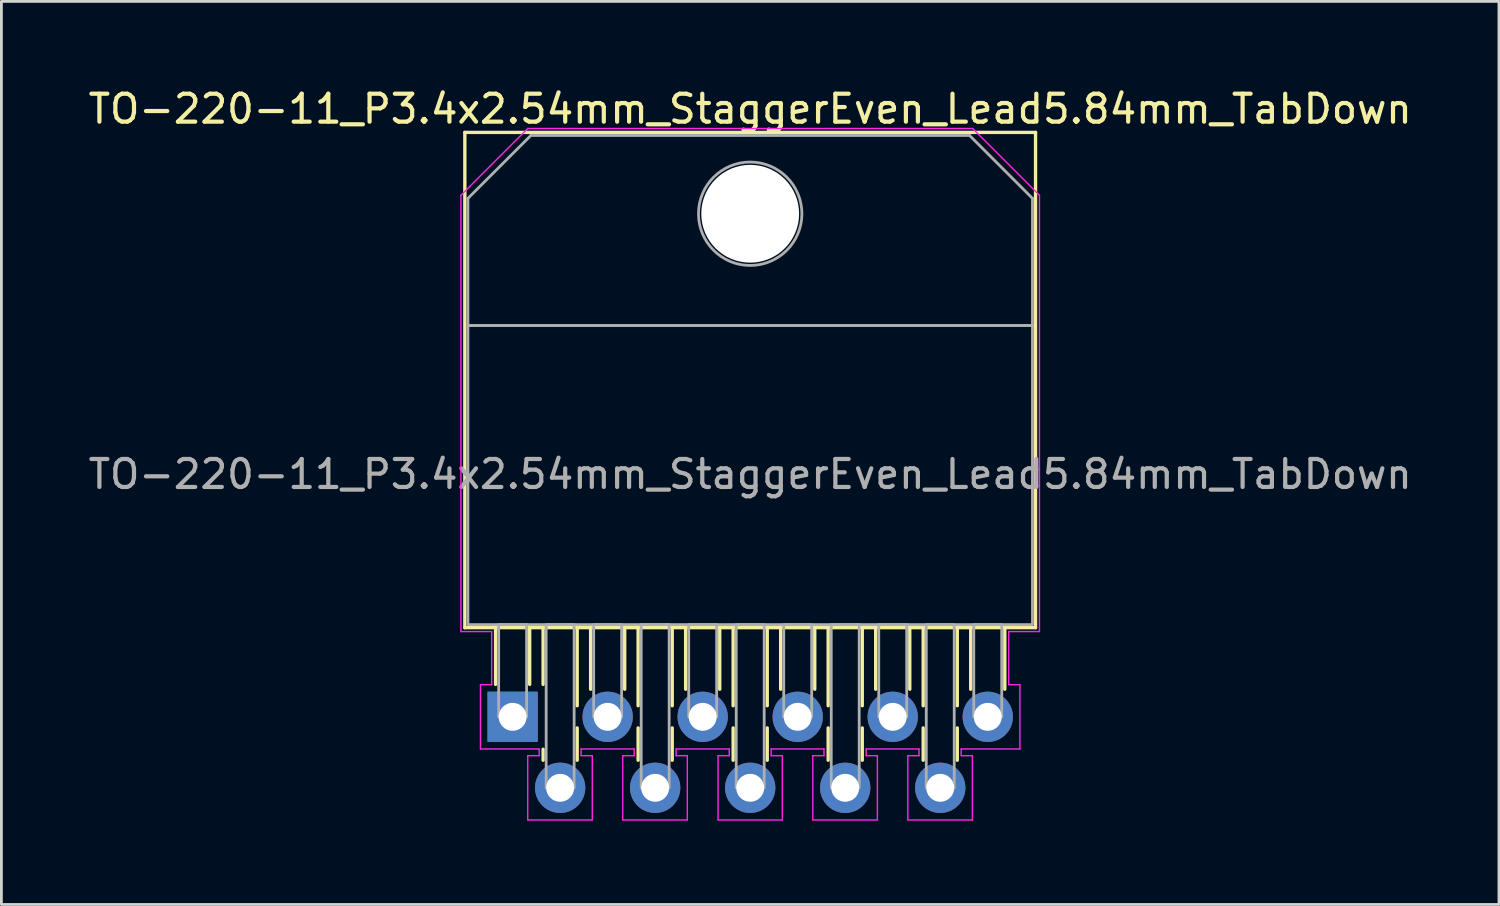
<source format=kicad_pcb>
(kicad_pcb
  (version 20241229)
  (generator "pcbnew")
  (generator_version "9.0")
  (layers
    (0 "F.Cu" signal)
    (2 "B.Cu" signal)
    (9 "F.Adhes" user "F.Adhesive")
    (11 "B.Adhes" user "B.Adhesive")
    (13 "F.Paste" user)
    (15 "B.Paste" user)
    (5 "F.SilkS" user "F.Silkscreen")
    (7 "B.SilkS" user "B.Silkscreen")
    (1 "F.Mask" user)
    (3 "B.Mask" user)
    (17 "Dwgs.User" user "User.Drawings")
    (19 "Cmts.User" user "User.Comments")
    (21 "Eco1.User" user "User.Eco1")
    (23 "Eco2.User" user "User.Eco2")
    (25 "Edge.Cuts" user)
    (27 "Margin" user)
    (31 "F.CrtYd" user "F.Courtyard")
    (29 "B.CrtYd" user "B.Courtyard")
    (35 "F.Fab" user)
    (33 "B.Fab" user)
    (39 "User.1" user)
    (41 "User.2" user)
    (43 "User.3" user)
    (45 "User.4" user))
  (footprint "TO-220-11_P3.4x2.54mm_StaggerEven_Lead5.84mm_TabDown"
    (layer "F.Cu")
    (at 15.292 22.598)
    (property "Reference" "TO-220-11_P3.4x2.54mm_StaggerEven_Lead5.84mm_TabDown" (at 8.5 -21.75 0) (layer "F.SilkS") (effects (font (size 1 1) (thickness 0.15))))
    (attr through_hole)
    (fp_line (start -1.71 -20.91) (end 18.71 -20.91) (stroke (width 0.12) (type solid)) (layer "F.SilkS"))
    (fp_line (start -1.71 -3.19) (end -1.71 -20.91) (stroke (width 0.12) (type solid)) (layer "F.SilkS"))
    (fp_line (start -1.71 -3.19) (end 18.71 -3.19) (stroke (width 0.12) (type solid)) (layer "F.SilkS"))
    (fp_line (start -0.61 -3.19) (end -0.61 -1.16) (stroke (width 0.12) (type solid)) (layer "F.SilkS"))
    (fp_line (start 0.61 -3.19) (end 0.61 -1.16) (stroke (width 0.12) (type solid)) (layer "F.SilkS"))
    (fp_line (start 1.09 -3.19) (end 1.09 -1.16) (stroke (width 0.12) (type solid)) (layer "F.SilkS"))
    (fp_line (start 1.09 1.16) (end 1.09 1.553) (stroke (width 0.12) (type solid)) (layer "F.SilkS"))
    (fp_line (start 2.31 -3.19) (end 2.31 -0.397) (stroke (width 0.12) (type solid)) (layer "F.SilkS"))
    (fp_line (start 2.31 0.397) (end 2.31 1.553) (stroke (width 0.12) (type solid)) (layer "F.SilkS"))
    (fp_line (start 2.79 -3.19) (end 2.79 -0.987) (stroke (width 0.12) (type solid)) (layer "F.SilkS"))
    (fp_line (start 4.01 -3.19) (end 4.01 -0.987) (stroke (width 0.12) (type solid)) (layer "F.SilkS"))
    (fp_line (start 4.49 -3.19) (end 4.49 -0.397) (stroke (width 0.12) (type solid)) (layer "F.SilkS"))
    (fp_line (start 4.49 0.397) (end 4.49 1.553) (stroke (width 0.12) (type solid)) (layer "F.SilkS"))
    (fp_line (start 5.71 -3.19) (end 5.71 -0.397) (stroke (width 0.12) (type solid)) (layer "F.SilkS"))
    (fp_line (start 5.71 0.397) (end 5.71 1.553) (stroke (width 0.12) (type solid)) (layer "F.SilkS"))
    (fp_line (start 6.19 -3.19) (end 6.19 -0.987) (stroke (width 0.12) (type solid)) (layer "F.SilkS"))
    (fp_line (start 7.41 -3.19) (end 7.41 -0.987) (stroke (width 0.12) (type solid)) (layer "F.SilkS"))
    (fp_line (start 7.89 -3.19) (end 7.89 -0.397) (stroke (width 0.12) (type solid)) (layer "F.SilkS"))
    (fp_line (start 7.89 0.397) (end 7.89 1.553) (stroke (width 0.12) (type solid)) (layer "F.SilkS"))
    (fp_line (start 9.11 -3.19) (end 9.11 -0.397) (stroke (width 0.12) (type solid)) (layer "F.SilkS"))
    (fp_line (start 9.11 0.397) (end 9.11 1.553) (stroke (width 0.12) (type solid)) (layer "F.SilkS"))
    (fp_line (start 9.59 -3.19) (end 9.59 -0.987) (stroke (width 0.12) (type solid)) (layer "F.SilkS"))
    (fp_line (start 10.81 -3.19) (end 10.81 -0.987) (stroke (width 0.12) (type solid)) (layer "F.SilkS"))
    (fp_line (start 11.29 -3.19) (end 11.29 -0.397) (stroke (width 0.12) (type solid)) (layer "F.SilkS"))
    (fp_line (start 11.29 0.397) (end 11.29 1.553) (stroke (width 0.12) (type solid)) (layer "F.SilkS"))
    (fp_line (start 12.51 -3.19) (end 12.51 -0.397) (stroke (width 0.12) (type solid)) (layer "F.SilkS"))
    (fp_line (start 12.51 0.397) (end 12.51 1.553) (stroke (width 0.12) (type solid)) (layer "F.SilkS"))
    (fp_line (start 12.99 -3.19) (end 12.99 -0.987) (stroke (width 0.12) (type solid)) (layer "F.SilkS"))
    (fp_line (start 14.21 -3.19) (end 14.21 -0.987) (stroke (width 0.12) (type solid)) (layer "F.SilkS"))
    (fp_line (start 14.69 -3.19) (end 14.69 -0.397) (stroke (width 0.12) (type solid)) (layer "F.SilkS"))
    (fp_line (start 14.69 0.397) (end 14.69 1.553) (stroke (width 0.12) (type solid)) (layer "F.SilkS"))
    (fp_line (start 15.91 -3.19) (end 15.91 -0.397) (stroke (width 0.12) (type solid)) (layer "F.SilkS"))
    (fp_line (start 15.91 0.397) (end 15.91 1.553) (stroke (width 0.12) (type solid)) (layer "F.SilkS"))
    (fp_line (start 16.39 -3.19) (end 16.39 -0.987) (stroke (width 0.12) (type solid)) (layer "F.SilkS"))
    (fp_line (start 17.61 -3.19) (end 17.61 -0.987) (stroke (width 0.12) (type solid)) (layer "F.SilkS"))
    (fp_line (start 18.71 -3.19) (end 18.71 -20.91) (stroke (width 0.12) (type solid)) (layer "F.SilkS"))
    (fp_line (start -1.85 -18.66) (end 0.54 -21.05) (stroke (width 0.05) (type solid)) (layer "F.CrtYd"))
    (fp_line (start -1.85 -3.05) (end -1.85 -18.66) (stroke (width 0.05) (type solid)) (layer "F.CrtYd"))
    (fp_line (start -1.15 -1.15) (end -0.75 -1.15) (stroke (width 0.05) (type solid)) (layer "F.CrtYd"))
    (fp_line (start -1.15 1.15) (end -1.15 -1.15) (stroke (width 0.05) (type solid)) (layer "F.CrtYd"))
    (fp_line (start -0.75 -3.05) (end -1.85 -3.05) (stroke (width 0.05) (type solid)) (layer "F.CrtYd"))
    (fp_line (start -0.75 -1.15) (end -0.75 -3.05) (stroke (width 0.05) (type solid)) (layer "F.CrtYd"))
    (fp_line (start 0.54 -21.05) (end 16.46 -21.05) (stroke (width 0.05) (type solid)) (layer "F.CrtYd"))
    (fp_line (start 0.54 1.39) (end 0.95 1.39) (stroke (width 0.05) (type solid)) (layer "F.CrtYd"))
    (fp_line (start 0.54 3.69) (end 0.54 1.39) (stroke (width 0.05) (type solid)) (layer "F.CrtYd"))
    (fp_line (start 0.95 1.15) (end -1.15 1.15) (stroke (width 0.05) (type solid)) (layer "F.CrtYd"))
    (fp_line (start 0.95 1.39) (end 0.95 1.15) (stroke (width 0.05) (type solid)) (layer "F.CrtYd"))
    (fp_line (start 2.45 1.15) (end 2.45 1.39) (stroke (width 0.05) (type solid)) (layer "F.CrtYd"))
    (fp_line (start 2.45 1.39) (end 2.85 1.39) (stroke (width 0.05) (type solid)) (layer "F.CrtYd"))
    (fp_line (start 2.85 1.39) (end 2.85 3.69) (stroke (width 0.05) (type solid)) (layer "F.CrtYd"))
    (fp_line (start 2.85 3.69) (end 0.54 3.69) (stroke (width 0.05) (type solid)) (layer "F.CrtYd"))
    (fp_line (start 3.94 1.39) (end 4.35 1.39) (stroke (width 0.05) (type solid)) (layer "F.CrtYd"))
    (fp_line (start 3.94 3.69) (end 3.94 1.39) (stroke (width 0.05) (type solid)) (layer "F.CrtYd"))
    (fp_line (start 4.35 1.15) (end 2.45 1.15) (stroke (width 0.05) (type solid)) (layer "F.CrtYd"))
    (fp_line (start 4.35 1.39) (end 4.35 1.15) (stroke (width 0.05) (type solid)) (layer "F.CrtYd"))
    (fp_line (start 5.85 1.15) (end 5.85 1.39) (stroke (width 0.05) (type solid)) (layer "F.CrtYd"))
    (fp_line (start 5.85 1.39) (end 6.25 1.39) (stroke (width 0.05) (type solid)) (layer "F.CrtYd"))
    (fp_line (start 6.25 1.39) (end 6.25 3.69) (stroke (width 0.05) (type solid)) (layer "F.CrtYd"))
    (fp_line (start 6.25 3.69) (end 3.94 3.69) (stroke (width 0.05) (type solid)) (layer "F.CrtYd"))
    (fp_line (start 7.35 1.39) (end 7.75 1.39) (stroke (width 0.05) (type solid)) (layer "F.CrtYd"))
    (fp_line (start 7.35 3.69) (end 7.35 1.39) (stroke (width 0.05) (type solid)) (layer "F.CrtYd"))
    (fp_line (start 7.75 1.15) (end 5.85 1.15) (stroke (width 0.05) (type solid)) (layer "F.CrtYd"))
    (fp_line (start 7.75 1.39) (end 7.75 1.15) (stroke (width 0.05) (type solid)) (layer "F.CrtYd"))
    (fp_line (start 9.25 1.15) (end 9.25 1.39) (stroke (width 0.05) (type solid)) (layer "F.CrtYd"))
    (fp_line (start 9.25 1.39) (end 9.65 1.39) (stroke (width 0.05) (type solid)) (layer "F.CrtYd"))
    (fp_line (start 9.65 1.39) (end 9.65 3.69) (stroke (width 0.05) (type solid)) (layer "F.CrtYd"))
    (fp_line (start 9.65 3.69) (end 7.35 3.69) (stroke (width 0.05) (type solid)) (layer "F.CrtYd"))
    (fp_line (start 10.74 1.39) (end 11.14 1.39) (stroke (width 0.05) (type solid)) (layer "F.CrtYd"))
    (fp_line (start 10.74 3.69) (end 10.74 1.39) (stroke (width 0.05) (type solid)) (layer "F.CrtYd"))
    (fp_line (start 11.14 1.15) (end 9.25 1.15) (stroke (width 0.05) (type solid)) (layer "F.CrtYd"))
    (fp_line (start 11.14 1.39) (end 11.14 1.15) (stroke (width 0.05) (type solid)) (layer "F.CrtYd"))
    (fp_line (start 12.65 1.15) (end 12.65 1.39) (stroke (width 0.05) (type solid)) (layer "F.CrtYd"))
    (fp_line (start 12.65 1.39) (end 13.05 1.39) (stroke (width 0.05) (type solid)) (layer "F.CrtYd"))
    (fp_line (start 13.05 1.39) (end 13.05 3.69) (stroke (width 0.05) (type solid)) (layer "F.CrtYd"))
    (fp_line (start 13.05 3.69) (end 10.74 3.69) (stroke (width 0.05) (type solid)) (layer "F.CrtYd"))
    (fp_line (start 14.14 1.39) (end 14.54 1.39) (stroke (width 0.05) (type solid)) (layer "F.CrtYd"))
    (fp_line (start 14.14 3.69) (end 14.14 1.39) (stroke (width 0.05) (type solid)) (layer "F.CrtYd"))
    (fp_line (start 14.54 1.15) (end 12.65 1.15) (stroke (width 0.05) (type solid)) (layer "F.CrtYd"))
    (fp_line (start 14.54 1.39) (end 14.54 1.15) (stroke (width 0.05) (type solid)) (layer "F.CrtYd"))
    (fp_line (start 16.05 1.15) (end 16.05 1.39) (stroke (width 0.05) (type solid)) (layer "F.CrtYd"))
    (fp_line (start 16.05 1.39) (end 16.45 1.39) (stroke (width 0.05) (type solid)) (layer "F.CrtYd"))
    (fp_line (start 16.45 1.39) (end 16.45 3.69) (stroke (width 0.05) (type solid)) (layer "F.CrtYd"))
    (fp_line (start 16.45 3.69) (end 14.14 3.69) (stroke (width 0.05) (type solid)) (layer "F.CrtYd"))
    (fp_line (start 16.46 -21.05) (end 18.85 -18.66) (stroke (width 0.05) (type solid)) (layer "F.CrtYd"))
    (fp_line (start 17.75 -3.05) (end 17.75 -1.15) (stroke (width 0.05) (type solid)) (layer "F.CrtYd"))
    (fp_line (start 17.75 -1.15) (end 18.15 -1.15) (stroke (width 0.05) (type solid)) (layer "F.CrtYd"))
    (fp_line (start 18.15 -1.15) (end 18.15 1.15) (stroke (width 0.05) (type solid)) (layer "F.CrtYd"))
    (fp_line (start 18.15 1.15) (end 16.05 1.15) (stroke (width 0.05) (type solid)) (layer "F.CrtYd"))
    (fp_line (start 18.85 -18.66) (end 18.85 -3.05) (stroke (width 0.05) (type solid)) (layer "F.CrtYd"))
    (fp_line (start 18.85 -3.05) (end 17.75 -3.05) (stroke (width 0.05) (type solid)) (layer "F.CrtYd"))
    (fp_line (start -1.6 -18.55) (end 0.65 -20.8) (stroke (width 0.1) (type solid)) (layer "F.Fab"))
    (fp_line (start -1.6 -14) (end -1.6 -18.55) (stroke (width 0.1) (type solid)) (layer "F.Fab"))
    (fp_line (start 0.65 -20.8) (end 16.35 -20.8) (stroke (width 0.1) (type solid)) (layer "F.Fab"))
    (fp_line (start 16.35 -20.8) (end 18.6 -18.55) (stroke (width 0.1) (type solid)) (layer "F.Fab"))
    (fp_line (start 18.6 -18.55) (end 18.6 -14) (stroke (width 0.1) (type solid)) (layer "F.Fab"))
    (fp_line (start 18.6 -14) (end -1.6 -14) (stroke (width 0.1) (type solid)) (layer "F.Fab"))
    (fp_rect (start -1.6 -14) (end 18.6 -3.3) (stroke (width 0.1) (type solid)) (fill no) (layer "F.Fab"))
    (fp_rect (start -0.5 -3.3) (end 0.5 0) (stroke (width 0.1) (type solid)) (fill no) (layer "F.Fab"))
    (fp_rect (start 1.2 -3.3) (end 2.2 2.54) (stroke (width 0.1) (type solid)) (fill no) (layer "F.Fab"))
    (fp_rect (start 2.9 -3.3) (end 3.9 0) (stroke (width 0.1) (type solid)) (fill no) (layer "F.Fab"))
    (fp_rect (start 4.6 -3.3) (end 5.6 2.54) (stroke (width 0.1) (type solid)) (fill no) (layer "F.Fab"))
    (fp_rect (start 6.3 -3.3) (end 7.3 0) (stroke (width 0.1) (type solid)) (fill no) (layer "F.Fab"))
    (fp_rect (start 8 -3.3) (end 9 2.54) (stroke (width 0.1) (type solid)) (fill no) (layer "F.Fab"))
    (fp_rect (start 9.7 -3.3) (end 10.7 0) (stroke (width 0.1) (type solid)) (fill no) (layer "F.Fab"))
    (fp_rect (start 11.4 -3.3) (end 12.4 2.54) (stroke (width 0.1) (type solid)) (fill no) (layer "F.Fab"))
    (fp_rect (start 13.1 -3.3) (end 14.1 0) (stroke (width 0.1) (type solid)) (fill no) (layer "F.Fab"))
    (fp_rect (start 14.8 -3.3) (end 15.8 2.54) (stroke (width 0.1) (type solid)) (fill no) (layer "F.Fab"))
    (fp_rect (start 16.5 -3.3) (end 17.5 0) (stroke (width 0.1) (type solid)) (fill no) (layer "F.Fab"))
    (fp_circle (center 8.5 -18) (end 10.35 -18) (stroke (width 0.1) (type solid)) (fill no) (layer "F.Fab"))
    (fp_text user "${REFERENCE}" (at 8.5 -8.68 0) (layer "F.Fab") (effects (font (size 1 1) (thickness 0.15))))
    (pad "" np_thru_hole circle (at 8.5 -18) (size 3.5 3.5) (drill 3.5) (layers "*.Cu" "*.Mask"))
    (pad "1" thru_hole rect (at 0 0) (size 1.8 1.8) (drill 1) (layers "*.Cu" "*.Mask"))
    (pad "2" thru_hole circle (at 1.7 2.54) (size 1.8 1.8) (drill 1) (layers "*.Cu" "*.Mask"))
    (pad "3" thru_hole circle (at 3.4 0) (size 1.8 1.8) (drill 1) (layers "*.Cu" "*.Mask"))
    (pad "4" thru_hole circle (at 5.1 2.54) (size 1.8 1.8) (drill 1) (layers "*.Cu" "*.Mask"))
    (pad "5" thru_hole circle (at 6.8 0) (size 1.8 1.8) (drill 1) (layers "*.Cu" "*.Mask"))
    (pad "6" thru_hole circle (at 8.5 2.54) (size 1.8 1.8) (drill 1) (layers "*.Cu" "*.Mask"))
    (pad "7" thru_hole circle (at 10.2 0) (size 1.8 1.8) (drill 1) (layers "*.Cu" "*.Mask"))
    (pad "8" thru_hole circle (at 11.9 2.54) (size 1.8 1.8) (drill 1) (layers "*.Cu" "*.Mask"))
    (pad "9" thru_hole circle (at 13.6 0) (size 1.8 1.8) (drill 1) (layers "*.Cu" "*.Mask"))
    (pad "10" thru_hole circle (at 15.3 2.54) (size 1.8 1.8) (drill 1) (layers "*.Cu" "*.Mask"))
    (pad "11" thru_hole circle (at 17 0) (size 1.8 1.8) (drill 1) (layers "*.Cu" "*.Mask")))
  (gr_rect
    (start -3 -3)
    (end 50.583 29.313)
    (stroke (width 0.1) (type default))
    (fill no)
    (layer "Edge.Cuts")))
</source>
